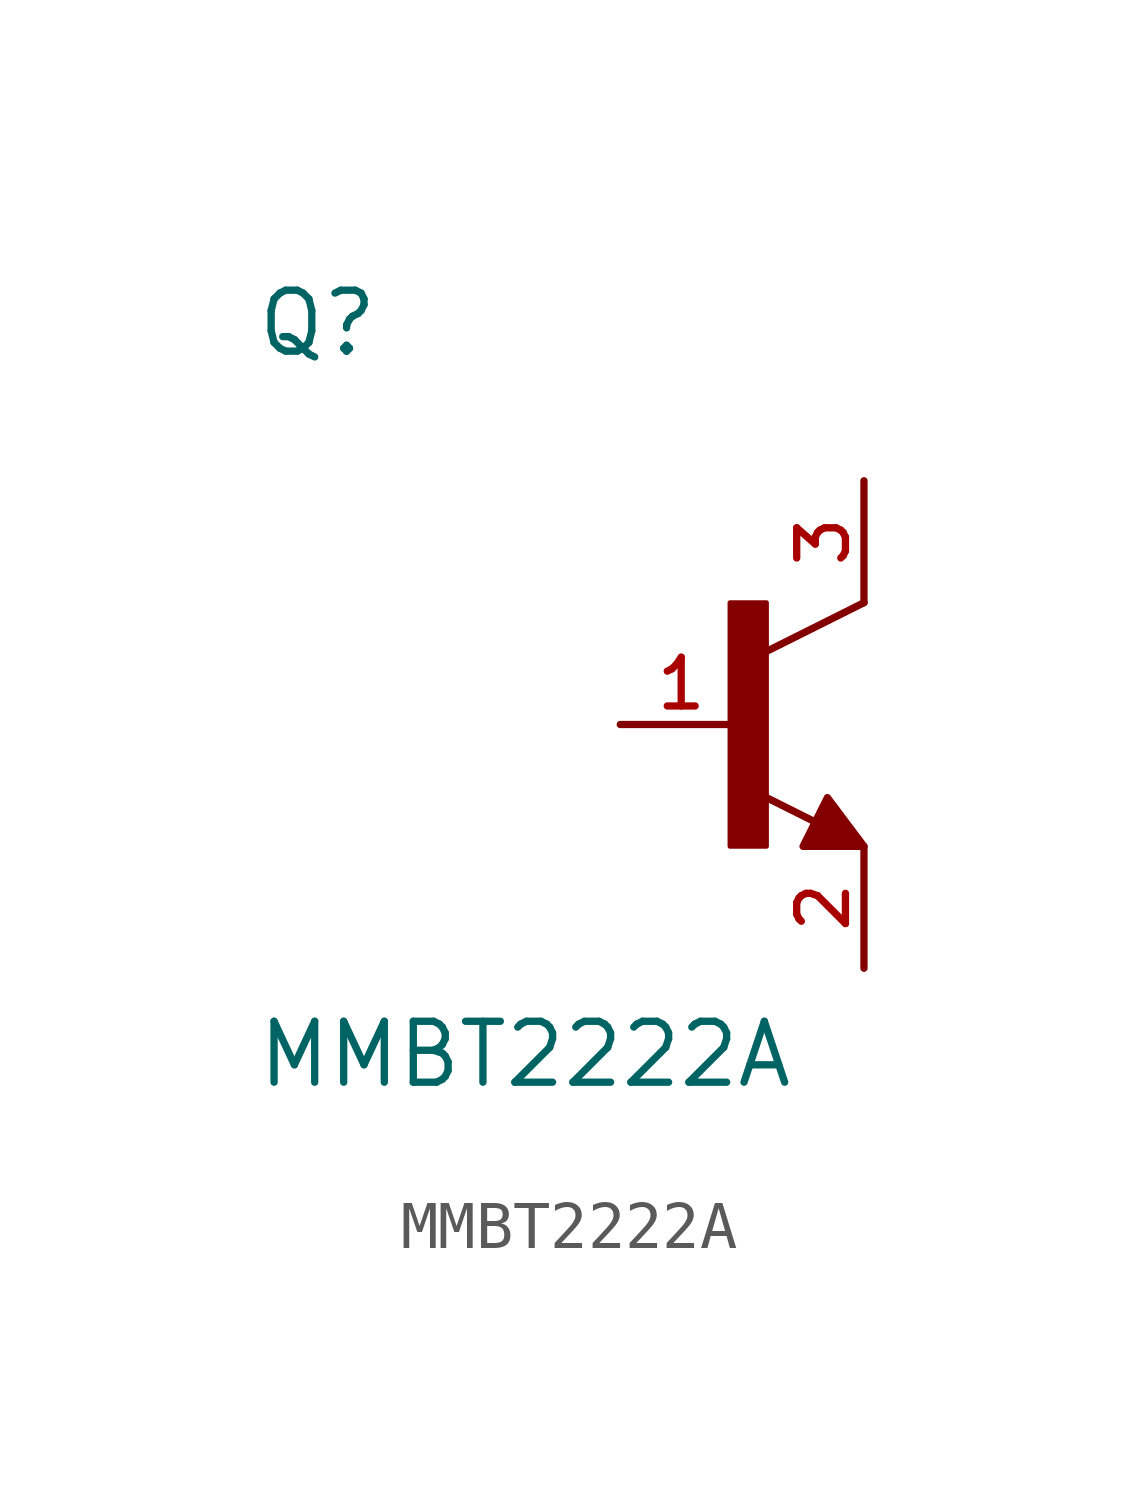
<source format=kicad_sym>
(kicad_symbol_lib
  (version 20211014)
  (generator kicad_symbol_editor)
  (symbol "MMBT2222A"
    (pin_names
      (offset 1.016))
    (property "Reference" "Q"
      (at -10.16 7.62 0)
      (effects (font (size 1.27 1.27)) (justify bottom left)))
    (property "Value" "MMBT2222A"
      (at -10.16 -7.62 0)
      (effects (font (size 1.27 1.27)) (justify bottom left)))
    (symbol "MMBT2222A_0_0"
      (polyline (pts (xy 2.54 2.54) (xy 0.508 1.524)) (stroke (width 0.152)))
      (polyline (pts (xy 1.54 -2.04) (xy 0.308 -1.424)) (stroke (width 0.152)))
      (rectangle (start -0.254 -2.54) (end 0.508 2.54) (stroke (width 0.1)) (fill (type outline)))
      (polyline (pts (xy 1.27 -2.54) (xy 1.778 -1.524) (xy 2.54 -2.54) (xy 1.27 -2.54)) (stroke (width 0.152)) (fill (type outline)))
      (pin passive line (at -2.54 0.0 0) (length 2.54) (name "~" (effects (font (size 1.016 1.016)))) (number "1" (effects (font (size 1.016 1.016)))))
      (pin passive line (at 2.54 -5.08 90.0) (length 2.54) (name "~" (effects (font (size 1.016 1.016)))) (number "2" (effects (font (size 1.016 1.016)))))
      (pin passive line (at 2.54 5.08 270.0) (length 2.54) (name "~" (effects (font (size 1.016 1.016)))) (number "3" (effects (font (size 1.016 1.016))))))))
</source>
